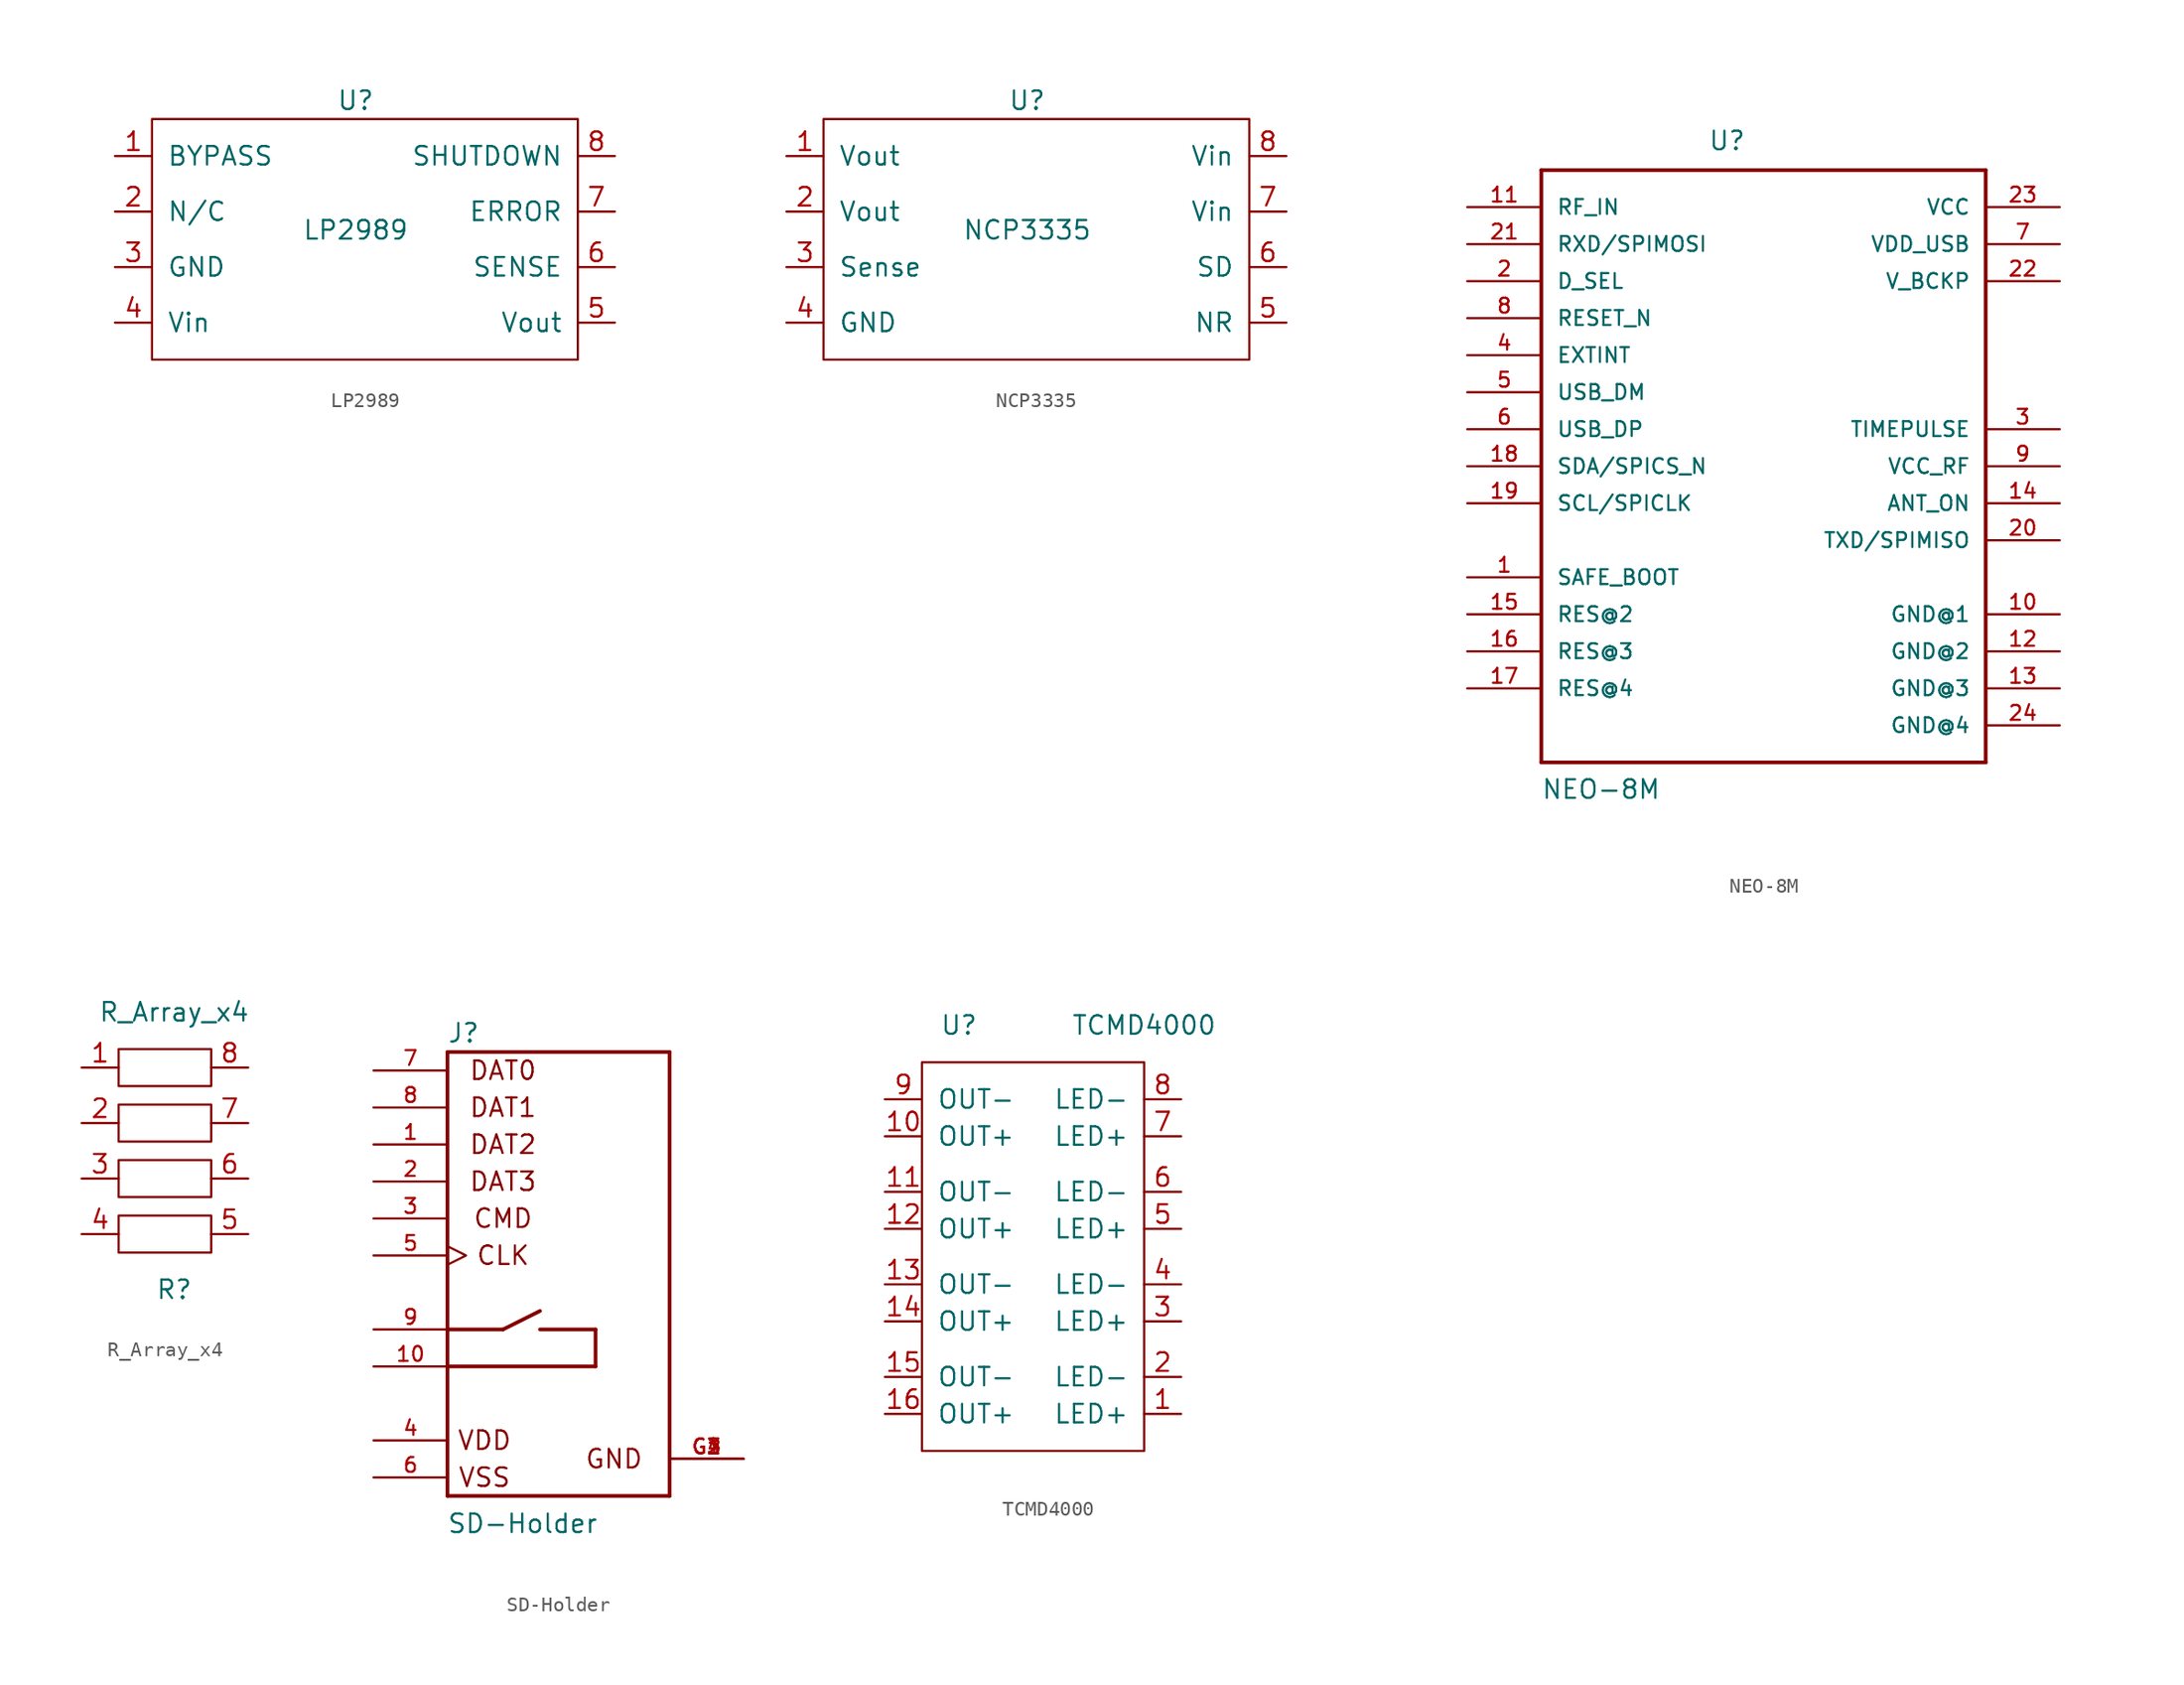
<source format=kicad_sym>
(kicad_symbol_lib
  (version 20211014)
  (generator kicad_symbol_editor)
  (symbol "LP2989"
    (pin_names
      (offset 1.016))
    (property "Reference" "U"
      (at 8.89 6.35 0)
      (effects (font (size 1.27 1.27))))
    (property "Value" "LP2989"
      (at 8.89 -2.54 0)
      (effects (font (size 1.27 1.27))))
    (symbol "LP2989_0_1"
      (rectangle (start -5.08 5.08) (end 24.13 -11.43) (stroke (width 0) (type default) (color 0 0 0 0)) (fill (type none))))
    (symbol "LP2989_1_1"
      (pin input line (at -7.62 2.54 0) (length 2.54) (name "BYPASS" (effects (font (size 1.27 1.27)))) (number "1" (effects (font (size 1.27 1.27)))))
      (pin input line (at -7.62 -1.27 0) (length 2.54) (name "N/C" (effects (font (size 1.27 1.27)))) (number "2" (effects (font (size 1.27 1.27)))))
      (pin input line (at -7.62 -5.08 0) (length 2.54) (name "GND" (effects (font (size 1.27 1.27)))) (number "3" (effects (font (size 1.27 1.27)))))
      (pin input line (at -7.62 -8.89 0) (length 2.54) (name "Vin" (effects (font (size 1.27 1.27)))) (number "4" (effects (font (size 1.27 1.27)))))
      (pin input line (at 26.67 -8.89 180) (length 2.54) (name "Vout" (effects (font (size 1.27 1.27)))) (number "5" (effects (font (size 1.27 1.27)))))
      (pin input line (at 26.67 -5.08 180) (length 2.54) (name "SENSE" (effects (font (size 1.27 1.27)))) (number "6" (effects (font (size 1.27 1.27)))))
      (pin input line (at 26.67 -1.27 180) (length 2.54) (name "ERROR" (effects (font (size 1.27 1.27)))) (number "7" (effects (font (size 1.27 1.27)))))
      (pin input line (at 26.67 2.54 180) (length 2.54) (name "SHUTDOWN" (effects (font (size 1.27 1.27)))) (number "8" (effects (font (size 1.27 1.27)))))))
  (symbol "NCP3335"
    (pin_names
      (offset 1.016))
    (property "Reference" "U"
      (at 8.89 6.35 0)
      (effects (font (size 1.27 1.27))))
    (property "Value" "NCP3335"
      (at 8.89 -2.54 0)
      (effects (font (size 1.27 1.27))))
    (symbol "NCP3335_0_1"
      (rectangle (start -5.08 5.08) (end 24.13 -11.43) (stroke (width 0) (type default) (color 0 0 0 0)) (fill (type none))))
    (symbol "NCP3335_1_1"
      (pin input line (at -7.62 2.54 0) (length 2.54) (name "Vout" (effects (font (size 1.27 1.27)))) (number "1" (effects (font (size 1.27 1.27)))))
      (pin input line (at -7.62 -1.27 0) (length 2.54) (name "Vout" (effects (font (size 1.27 1.27)))) (number "2" (effects (font (size 1.27 1.27)))))
      (pin input line (at -7.62 -5.08 0) (length 2.54) (name "Sense" (effects (font (size 1.27 1.27)))) (number "3" (effects (font (size 1.27 1.27)))))
      (pin input line (at -7.62 -8.89 0) (length 2.54) (name "GND" (effects (font (size 1.27 1.27)))) (number "4" (effects (font (size 1.27 1.27)))))
      (pin input line (at 26.67 -8.89 180) (length 2.54) (name "NR" (effects (font (size 1.27 1.27)))) (number "5" (effects (font (size 1.27 1.27)))))
      (pin input line (at 26.67 -5.08 180) (length 2.54) (name "SD" (effects (font (size 1.27 1.27)))) (number "6" (effects (font (size 1.27 1.27)))))
      (pin input line (at 26.67 -1.27 180) (length 2.54) (name "Vin" (effects (font (size 1.27 1.27)))) (number "7" (effects (font (size 1.27 1.27)))))
      (pin input line (at 26.67 2.54 180) (length 2.54) (name "Vin" (effects (font (size 1.27 1.27)))) (number "8" (effects (font (size 1.27 1.27)))))))
  (symbol "NEO-8M"
    (pin_names
      (offset 1.016))
    (property "Reference" "U"
      (at -3.81 19.05 0)
      (effects (font (size 1.27 1.27)) (justify left bottom)))
    (property "Value" "NEO-8M"
      (at -15.265 -25.451 0)
      (effects (font (size 1.27 1.27)) (justify left bottom)))
    (property "ki_locked" ""
      (at 0 0 0)
      (effects (font (size 1.27 1.27))))
    (symbol "NEO-8M_0_0"
      (polyline (pts (xy -15.24 -22.86) (xy 15.24 -22.86)) (stroke (width 0.254) (type default) (color 0 0 0 0)) (fill (type none)))
      (polyline (pts (xy -15.24 17.78) (xy -15.24 -22.86)) (stroke (width 0.254) (type default) (color 0 0 0 0)) (fill (type none)))
      (polyline (pts (xy 15.24 -22.86) (xy 15.24 17.78)) (stroke (width 0.254) (type default) (color 0 0 0 0)) (fill (type none)))
      (polyline (pts (xy 15.24 17.78) (xy -15.24 17.78)) (stroke (width 0.254) (type default) (color 0 0 0 0)) (fill (type none)))
      (pin input line (at -20.32 -10.16 0) (length 5.08) (name "SAFE_BOOT" (effects (font (size 1.016 1.016)))) (number "1" (effects (font (size 1.016 1.016)))))
      (pin power_in line (at 20.32 -12.7 180) (length 5.08) (name "GND@1" (effects (font (size 1.016 1.016)))) (number "10" (effects (font (size 1.016 1.016)))))
      (pin input line (at -20.32 15.24 0) (length 5.08) (name "RF_IN" (effects (font (size 1.016 1.016)))) (number "11" (effects (font (size 1.016 1.016)))))
      (pin power_in line (at 20.32 -15.24 180) (length 5.08) (name "GND@2" (effects (font (size 1.016 1.016)))) (number "12" (effects (font (size 1.016 1.016)))))
      (pin power_in line (at 20.32 -17.78 180) (length 5.08) (name "GND@3" (effects (font (size 1.016 1.016)))) (number "13" (effects (font (size 1.016 1.016)))))
      (pin output line (at 20.32 -5.08 180) (length 5.08) (name "ANT_ON" (effects (font (size 1.016 1.016)))) (number "14" (effects (font (size 1.016 1.016)))))
      (pin input line (at -20.32 -12.7 0) (length 5.08) (name "RES@2" (effects (font (size 1.016 1.016)))) (number "15" (effects (font (size 1.016 1.016)))))
      (pin input line (at -20.32 -15.24 0) (length 5.08) (name "RES@3" (effects (font (size 1.016 1.016)))) (number "16" (effects (font (size 1.016 1.016)))))
      (pin input line (at -20.32 -17.78 0) (length 5.08) (name "RES@4" (effects (font (size 1.016 1.016)))) (number "17" (effects (font (size 1.016 1.016)))))
      (pin bidirectional line (at -20.32 -2.54 0) (length 5.08) (name "SDA/SPICS_N" (effects (font (size 1.016 1.016)))) (number "18" (effects (font (size 1.016 1.016)))))
      (pin bidirectional line (at -20.32 -5.08 0) (length 5.08) (name "SCL/SPICLK" (effects (font (size 1.016 1.016)))) (number "19" (effects (font (size 1.016 1.016)))))
      (pin input line (at -20.32 10.16 0) (length 5.08) (name "D_SEL" (effects (font (size 1.016 1.016)))) (number "2" (effects (font (size 1.016 1.016)))))
      (pin output line (at 20.32 -7.62 180) (length 5.08) (name "TXD/SPIMISO" (effects (font (size 1.016 1.016)))) (number "20" (effects (font (size 1.016 1.016)))))
      (pin input line (at -20.32 12.7 0) (length 5.08) (name "RXD/SPIMOSI" (effects (font (size 1.016 1.016)))) (number "21" (effects (font (size 1.016 1.016)))))
      (pin power_in line (at 20.32 10.16 180) (length 5.08) (name "V_BCKP" (effects (font (size 1.016 1.016)))) (number "22" (effects (font (size 1.016 1.016)))))
      (pin power_in line (at 20.32 15.24 180) (length 5.08) (name "VCC" (effects (font (size 1.016 1.016)))) (number "23" (effects (font (size 1.016 1.016)))))
      (pin power_in line (at 20.32 -20.32 180) (length 5.08) (name "GND@4" (effects (font (size 1.016 1.016)))) (number "24" (effects (font (size 1.016 1.016)))))
      (pin output line (at 20.32 0 180) (length 5.08) (name "TIMEPULSE" (effects (font (size 1.016 1.016)))) (number "3" (effects (font (size 1.016 1.016)))))
      (pin bidirectional line (at -20.32 5.08 0) (length 5.08) (name "EXTINT" (effects (font (size 1.016 1.016)))) (number "4" (effects (font (size 1.016 1.016)))))
      (pin bidirectional line (at -20.32 2.54 0) (length 5.08) (name "USB_DM" (effects (font (size 1.016 1.016)))) (number "5" (effects (font (size 1.016 1.016)))))
      (pin bidirectional line (at -20.32 0 0) (length 5.08) (name "USB_DP" (effects (font (size 1.016 1.016)))) (number "6" (effects (font (size 1.016 1.016)))))
      (pin power_in line (at 20.32 12.7 180) (length 5.08) (name "VDD_USB" (effects (font (size 1.016 1.016)))) (number "7" (effects (font (size 1.016 1.016)))))
      (pin input line (at -20.32 7.62 0) (length 5.08) (name "RESET_N" (effects (font (size 1.016 1.016)))) (number "8" (effects (font (size 1.016 1.016)))))
      (pin output line (at 20.32 -2.54 180) (length 5.08) (name "VCC_RF" (effects (font (size 1.016 1.016)))) (number "9" (effects (font (size 1.016 1.016)))))))
  (symbol "R_Array_x4"
    (property "Reference" "R"
      (at 3.81 -1.27 0)
      (effects (font (size 1.27 1.27))))
    (property "Value" "R_Array_x4"
      (at 3.81 17.78 0)
      (effects (font (size 1.27 1.27))))
    (symbol "R_Array_x4_0_1"
      (rectangle (start 0 3.81) (end 6.35 1.27) (stroke (width 0.152) (type default) (color 0 0 0 0)) (fill (type none)))
      (rectangle (start 0 7.62) (end 6.35 5.08) (stroke (width 0.152) (type default) (color 0 0 0 0)) (fill (type none)))
      (rectangle (start 0 11.43) (end 6.35 8.89) (stroke (width 0.152) (type default) (color 0 0 0 0)) (fill (type none)))
      (rectangle (start 0 15.24) (end 6.35 12.7) (stroke (width 0.152) (type default) (color 0 0 0 0)) (fill (type none))))
    (symbol "R_Array_x4_1_1"
      (pin input line (at -2.54 13.97 0) (length 2.54) (name "" (effects (font (size 1.27 1.27)))) (number "1" (effects (font (size 1.27 1.27)))))
      (pin input line (at -2.54 10.16 0) (length 2.54) (name "" (effects (font (size 1.27 1.27)))) (number "2" (effects (font (size 1.27 1.27)))))
      (pin input line (at -2.54 6.35 0) (length 2.54) (name "" (effects (font (size 1.27 1.27)))) (number "3" (effects (font (size 1.27 1.27)))))
      (pin input line (at -2.54 2.54 0) (length 2.54) (name "" (effects (font (size 1.27 1.27)))) (number "4" (effects (font (size 1.27 1.27)))))
      (pin input line (at 8.89 2.54 180) (length 2.54) (name "" (effects (font (size 1.27 1.27)))) (number "5" (effects (font (size 1.27 1.27)))))
      (pin input line (at 8.89 6.35 180) (length 2.54) (name "" (effects (font (size 1.27 1.27)))) (number "6" (effects (font (size 1.27 1.27)))))
      (pin input line (at 8.89 10.16 180) (length 2.54) (name "" (effects (font (size 1.27 1.27)))) (number "7" (effects (font (size 1.27 1.27)))))
      (pin input line (at 8.89 13.97 180) (length 2.54) (name "" (effects (font (size 1.27 1.27)))) (number "8" (effects (font (size 1.27 1.27)))))))
  (symbol "SD-Holder"
    (pin_names
      (offset 1.016) hide)
    (property "Reference" "J"
      (at -7.645 15.799 0)
      (effects (font (size 1.27 1.27)) (justify left bottom)))
    (property "Value" "SD-Holder"
      (at -7.671 -17.882 0)
      (effects (font (size 1.27 1.27)) (justify left bottom)))
    (property "ki_locked" ""
      (at 0 0 0)
      (effects (font (size 1.27 1.27))))
    (symbol "SD-Holder_0_0"
      (polyline (pts (xy -7.62 -15.24) (xy -7.62 -6.35)) (stroke (width 0.254) (type default) (color 0 0 0 0)) (fill (type none)))
      (polyline (pts (xy -7.62 -6.35) (xy -7.62 -3.81)) (stroke (width 0.254) (type default) (color 0 0 0 0)) (fill (type none)))
      (polyline (pts (xy -7.62 -3.81) (xy -7.62 15.24)) (stroke (width 0.254) (type default) (color 0 0 0 0)) (fill (type none)))
      (polyline (pts (xy -7.62 -3.81) (xy -3.81 -3.81)) (stroke (width 0.254) (type default) (color 0 0 0 0)) (fill (type none)))
      (polyline (pts (xy -7.62 15.24) (xy 7.62 15.24)) (stroke (width 0.254) (type default) (color 0 0 0 0)) (fill (type none)))
      (polyline (pts (xy -3.81 -3.81) (xy -1.27 -2.54)) (stroke (width 0.254) (type default) (color 0 0 0 0)) (fill (type none)))
      (polyline (pts (xy -1.27 -3.81) (xy 2.54 -3.81)) (stroke (width 0.254) (type default) (color 0 0 0 0)) (fill (type none)))
      (polyline (pts (xy 2.54 -6.35) (xy -7.62 -6.35)) (stroke (width 0.254) (type default) (color 0 0 0 0)) (fill (type none)))
      (polyline (pts (xy 2.54 -3.81) (xy 2.54 -6.35)) (stroke (width 0.254) (type default) (color 0 0 0 0)) (fill (type none)))
      (polyline (pts (xy 7.62 -15.24) (xy -7.62 -15.24)) (stroke (width 0.254) (type default) (color 0 0 0 0)) (fill (type none)))
      (polyline (pts (xy 7.62 15.24) (xy 7.62 -15.24)) (stroke (width 0.254) (type default) (color 0 0 0 0)) (fill (type none)))
      (text "CLK" (at -3.81 1.27 0) (effects (font (size 1.27 1.27))))
      (text "CMD" (at -3.81 3.81 0) (effects (font (size 1.27 1.27))))
      (text "DAT0" (at -3.81 13.97 0) (effects (font (size 1.27 1.27))))
      (text "DAT1" (at -3.81 11.43 0) (effects (font (size 1.27 1.27))))
      (text "DAT2" (at -3.81 8.89 0) (effects (font (size 1.27 1.27))))
      (text "DAT3" (at -3.81 6.35 0) (effects (font (size 1.27 1.27))))
      (text "GND" (at 3.81 -12.7 0) (effects (font (size 1.27 1.27))))
      (text "VDD" (at -5.08 -11.43 0) (effects (font (size 1.27 1.27))))
      (text "VSS" (at -5.08 -13.97 0) (effects (font (size 1.27 1.27))))
      (pin bidirectional line (at -12.7 8.89 0) (length 5.08) (name "DAT2" (effects (font (size 1.016 1.016)))) (number "1" (effects (font (size 1.016 1.016)))))
      (pin passive line (at -12.7 -6.35 0) (length 5.08) (name "CARD_DET2" (effects (font (size 1.016 1.016)))) (number "10" (effects (font (size 1.016 1.016)))))
      (pin bidirectional line (at -12.7 6.35 0) (length 5.08) (name "CD/DAT3" (effects (font (size 1.016 1.016)))) (number "2" (effects (font (size 1.016 1.016)))))
      (pin input line (at -12.7 3.81 0) (length 5.08) (name "CMD" (effects (font (size 1.016 1.016)))) (number "3" (effects (font (size 1.016 1.016)))))
      (pin power_in line (at -12.7 -11.43 0) (length 5.08) (name "VDD" (effects (font (size 1.016 1.016)))) (number "4" (effects (font (size 1.016 1.016)))))
      (pin input clock (at -12.7 1.27 0) (length 5.08) (name "CLK" (effects (font (size 1.016 1.016)))) (number "5" (effects (font (size 1.016 1.016)))))
      (pin power_in line (at -12.7 -13.97 0) (length 5.08) (name "VSS" (effects (font (size 1.016 1.016)))) (number "6" (effects (font (size 1.016 1.016)))))
      (pin bidirectional line (at -12.7 13.97 0) (length 5.08) (name "DAT0" (effects (font (size 1.016 1.016)))) (number "7" (effects (font (size 1.016 1.016)))))
      (pin bidirectional line (at -12.7 11.43 0) (length 5.08) (name "DAT1" (effects (font (size 1.016 1.016)))) (number "8" (effects (font (size 1.016 1.016)))))
      (pin passive line (at -12.7 -3.81 0) (length 5.08) (name "CARD_DET1" (effects (font (size 1.016 1.016)))) (number "9" (effects (font (size 1.016 1.016)))))
      (pin power_in line (at 12.7 -12.7 180) (length 5.08) (name "GND" (effects (font (size 1.016 1.016)))) (number "G1" (effects (font (size 1.016 1.016)))))
      (pin power_in line (at 12.7 -12.7 180) (length 5.08) (name "GND" (effects (font (size 1.016 1.016)))) (number "G2" (effects (font (size 1.016 1.016)))))
      (pin power_in line (at 12.7 -12.7 180) (length 5.08) (name "GND" (effects (font (size 1.016 1.016)))) (number "G3" (effects (font (size 1.016 1.016)))))
      (pin power_in line (at 12.7 -12.7 180) (length 5.08) (name "GND" (effects (font (size 1.016 1.016)))) (number "G4" (effects (font (size 1.016 1.016)))))))
  (symbol "TCMD4000"
    (pin_names
      (offset 1.016))
    (property "Reference" "U"
      (at -6.35 15.24 0)
      (effects (font (size 1.27 1.27))))
    (property "Value" "TCMD4000"
      (at 6.35 15.24 0)
      (effects (font (size 1.27 1.27))))
    (symbol "TCMD4000_0_1"
      (rectangle (start -8.89 12.7) (end 6.35 -13.97) (stroke (width 0) (type default) (color 0 0 0 0)) (fill (type none))))
    (symbol "TCMD4000_1_1"
      (pin input line (at 8.89 -11.43 180) (length 2.54) (name "LED+" (effects (font (size 1.27 1.27)))) (number "1" (effects (font (size 1.27 1.27)))))
      (pin input line (at -11.43 7.62 0) (length 2.54) (name "OUT+" (effects (font (size 1.27 1.27)))) (number "10" (effects (font (size 1.27 1.27)))))
      (pin input line (at -11.43 3.81 0) (length 2.54) (name "OUT-" (effects (font (size 1.27 1.27)))) (number "11" (effects (font (size 1.27 1.27)))))
      (pin input line (at -11.43 1.27 0) (length 2.54) (name "OUT+" (effects (font (size 1.27 1.27)))) (number "12" (effects (font (size 1.27 1.27)))))
      (pin input line (at -11.43 -2.54 0) (length 2.54) (name "OUT-" (effects (font (size 1.27 1.27)))) (number "13" (effects (font (size 1.27 1.27)))))
      (pin input line (at -11.43 -5.08 0) (length 2.54) (name "OUT+" (effects (font (size 1.27 1.27)))) (number "14" (effects (font (size 1.27 1.27)))))
      (pin input line (at -11.43 -8.89 0) (length 2.54) (name "OUT-" (effects (font (size 1.27 1.27)))) (number "15" (effects (font (size 1.27 1.27)))))
      (pin input line (at -11.43 -11.43 0) (length 2.54) (name "OUT+" (effects (font (size 1.27 1.27)))) (number "16" (effects (font (size 1.27 1.27)))))
      (pin input line (at 8.89 -8.89 180) (length 2.54) (name "LED-" (effects (font (size 1.27 1.27)))) (number "2" (effects (font (size 1.27 1.27)))))
      (pin input line (at 8.89 -5.08 180) (length 2.54) (name "LED+" (effects (font (size 1.27 1.27)))) (number "3" (effects (font (size 1.27 1.27)))))
      (pin input line (at 8.89 -2.54 180) (length 2.54) (name "LED-" (effects (font (size 1.27 1.27)))) (number "4" (effects (font (size 1.27 1.27)))))
      (pin input line (at 8.89 1.27 180) (length 2.54) (name "LED+" (effects (font (size 1.27 1.27)))) (number "5" (effects (font (size 1.27 1.27)))))
      (pin input line (at 8.89 3.81 180) (length 2.54) (name "LED-" (effects (font (size 1.27 1.27)))) (number "6" (effects (font (size 1.27 1.27)))))
      (pin input line (at 8.89 7.62 180) (length 2.54) (name "LED+" (effects (font (size 1.27 1.27)))) (number "7" (effects (font (size 1.27 1.27)))))
      (pin input line (at 8.89 10.16 180) (length 2.54) (name "LED-" (effects (font (size 1.27 1.27)))) (number "8" (effects (font (size 1.27 1.27)))))
      (pin input line (at -11.43 10.16 0) (length 2.54) (name "OUT-" (effects (font (size 1.27 1.27)))) (number "9" (effects (font (size 1.27 1.27))))))))
</source>
